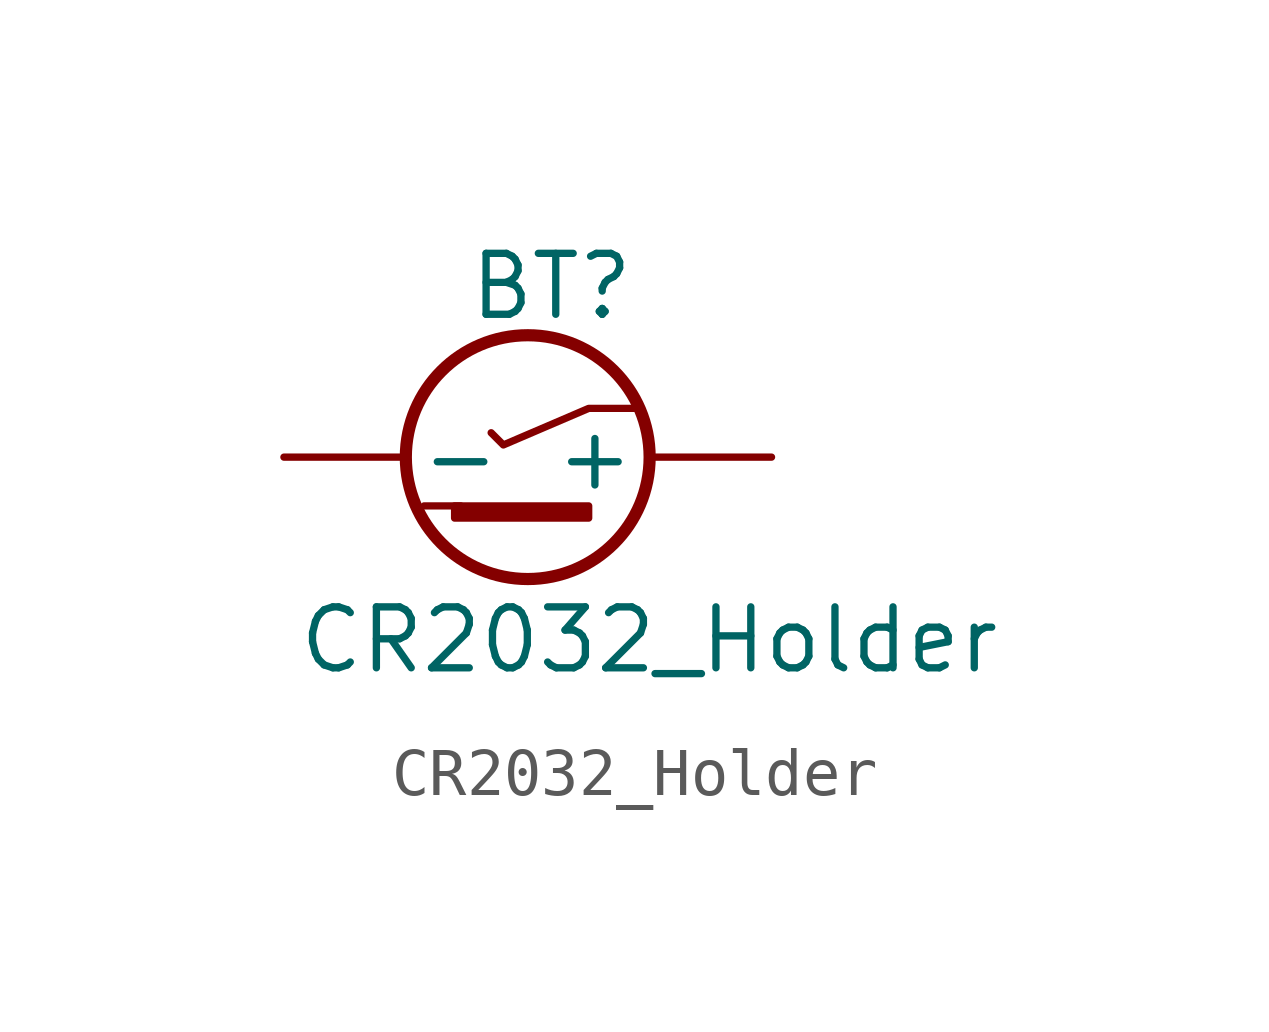
<source format=kicad_sym>
(kicad_symbol_lib
  (version 20241209)
  (generator "kicad_symbol_editor")
  (generator_version "9.0")
  (symbol "CR2032_Holder"
    (pin_numbers
      (hide yes))
    (pin_names
      (offset 0.254))
    (property "Reference" "BT"
      (at -1.27 3.556 0)
      (effects (font (size 1.27 1.27)) (justify left)))
    (property "Value" "CR2032_Holder"
      (at -4.826 -3.81 0)
      (effects (font (size 1.27 1.27)) (justify left)))
    (symbol "CR2032_Holder_0_1"
      (polyline (pts (xy -2.159 -1.016) (xy -1.397 -1.016)) (stroke (width 0) (type default)) (fill (type none)))
      (circle (center 0 0) (radius 2.54) (stroke (width 0.254) (type default)) (fill (type none)))
      (rectangle (start 1.27 -1.016) (end -1.524 -1.27) (stroke (width 0) (type default)) (fill (type outline)))
      (polyline (pts (xy 2.286 1.016) (xy 1.27 1.016) (xy -0.508 0.254) (xy -0.762 0.508)) (stroke (width 0) (type default)) (fill (type none))))
    (symbol "CR2032_Holder_1_1"
      (pin output line (at -5.08 0 0) (length 2.54) (name "-" (effects (font (size 1.27 1.27)))) (number "2" (effects (font (size 1.27 1.27)))))
      (pin output line (at 5.08 0 180) (length 2.54) (name "+" (effects (font (size 1.27 1.27)))) (number "1" (effects (font (size 1.27 1.27))))))))
</source>
